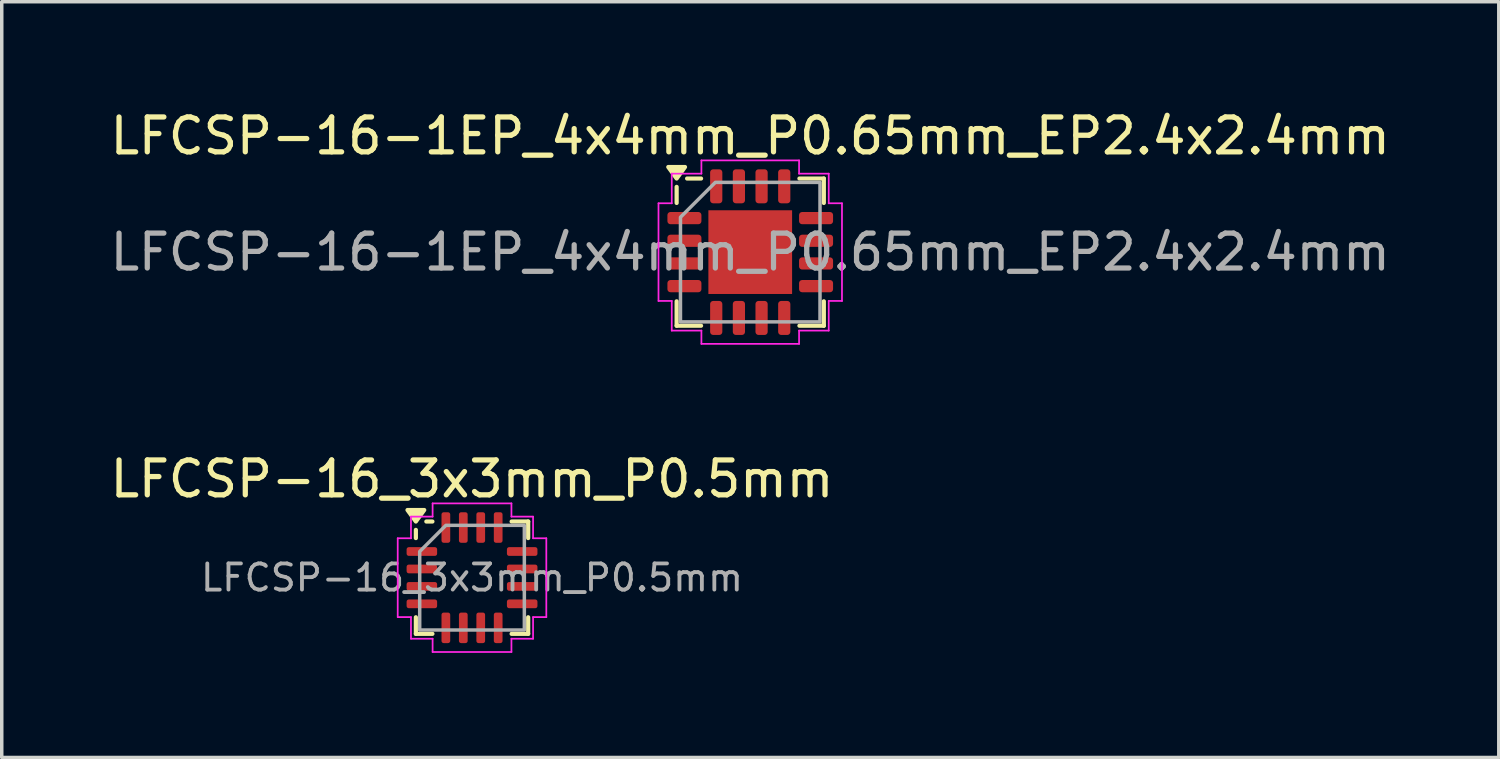
<source format=kicad_pcb>
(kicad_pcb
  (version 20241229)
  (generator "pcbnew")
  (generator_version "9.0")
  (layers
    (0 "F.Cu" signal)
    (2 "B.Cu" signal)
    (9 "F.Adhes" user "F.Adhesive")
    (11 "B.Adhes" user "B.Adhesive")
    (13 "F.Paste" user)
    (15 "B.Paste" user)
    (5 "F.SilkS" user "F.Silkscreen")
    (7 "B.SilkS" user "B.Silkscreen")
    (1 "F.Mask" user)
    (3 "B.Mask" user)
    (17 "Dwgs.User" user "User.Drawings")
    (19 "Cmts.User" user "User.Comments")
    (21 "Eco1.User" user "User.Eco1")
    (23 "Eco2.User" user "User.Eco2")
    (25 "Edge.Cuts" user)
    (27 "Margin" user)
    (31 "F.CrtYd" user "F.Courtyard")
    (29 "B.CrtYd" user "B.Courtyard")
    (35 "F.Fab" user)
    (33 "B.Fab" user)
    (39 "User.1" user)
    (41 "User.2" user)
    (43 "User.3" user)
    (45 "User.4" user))
  (footprint "LFCSP-16_3x3mm_P0.5mm"
    (layer "F.Cu")
    (at 10.482 13.511)
    (property "Reference" "LFCSP-16_3x3mm_P0.5mm" (at 0 -2.83 0) (layer "F.SilkS") (effects (font (size 1 1) (thickness 0.15))))
    (attr smd)
    (fp_line (start -1.61 -1.135) (end -1.61 -1.37) (stroke (width 0.12) (type solid)) (layer "F.SilkS"))
    (fp_line (start -1.61 1.61) (end -1.61 1.135) (stroke (width 0.12) (type solid)) (layer "F.SilkS"))
    (fp_line (start -1.135 -1.61) (end -1.31 -1.61) (stroke (width 0.12) (type solid)) (layer "F.SilkS"))
    (fp_line (start -1.135 1.61) (end -1.61 1.61) (stroke (width 0.12) (type solid)) (layer "F.SilkS"))
    (fp_line (start 1.135 -1.61) (end 1.61 -1.61) (stroke (width 0.12) (type solid)) (layer "F.SilkS"))
    (fp_line (start 1.135 1.61) (end 1.61 1.61) (stroke (width 0.12) (type solid)) (layer "F.SilkS"))
    (fp_line (start 1.61 -1.61) (end 1.61 -1.135) (stroke (width 0.12) (type solid)) (layer "F.SilkS"))
    (fp_line (start 1.61 1.61) (end 1.61 1.135) (stroke (width 0.12) (type solid)) (layer "F.SilkS"))
    (fp_poly (pts (xy -1.61 -1.61) (xy -1.85 -1.94) (xy -1.37 -1.94)) (stroke (width 0.12) (type solid)) (fill yes) (layer "F.SilkS"))
    (fp_line (start -2.13 -1.13) (end -1.75 -1.13) (stroke (width 0.05) (type solid)) (layer "F.CrtYd"))
    (fp_line (start -2.13 1.13) (end -2.13 -1.13) (stroke (width 0.05) (type solid)) (layer "F.CrtYd"))
    (fp_line (start -1.75 -1.75) (end -1.13 -1.75) (stroke (width 0.05) (type solid)) (layer "F.CrtYd"))
    (fp_line (start -1.75 -1.13) (end -1.75 -1.75) (stroke (width 0.05) (type solid)) (layer "F.CrtYd"))
    (fp_line (start -1.75 1.13) (end -2.13 1.13) (stroke (width 0.05) (type solid)) (layer "F.CrtYd"))
    (fp_line (start -1.75 1.75) (end -1.75 1.13) (stroke (width 0.05) (type solid)) (layer "F.CrtYd"))
    (fp_line (start -1.13 -2.13) (end 1.13 -2.13) (stroke (width 0.05) (type solid)) (layer "F.CrtYd"))
    (fp_line (start -1.13 -1.75) (end -1.13 -2.13) (stroke (width 0.05) (type solid)) (layer "F.CrtYd"))
    (fp_line (start -1.13 1.75) (end -1.75 1.75) (stroke (width 0.05) (type solid)) (layer "F.CrtYd"))
    (fp_line (start -1.13 2.13) (end -1.13 1.75) (stroke (width 0.05) (type solid)) (layer "F.CrtYd"))
    (fp_line (start 1.13 -2.13) (end 1.13 -1.75) (stroke (width 0.05) (type solid)) (layer "F.CrtYd"))
    (fp_line (start 1.13 -1.75) (end 1.75 -1.75) (stroke (width 0.05) (type solid)) (layer "F.CrtYd"))
    (fp_line (start 1.13 1.75) (end 1.13 2.13) (stroke (width 0.05) (type solid)) (layer "F.CrtYd"))
    (fp_line (start 1.13 2.13) (end -1.13 2.13) (stroke (width 0.05) (type solid)) (layer "F.CrtYd"))
    (fp_line (start 1.75 -1.75) (end 1.75 -1.13) (stroke (width 0.05) (type solid)) (layer "F.CrtYd"))
    (fp_line (start 1.75 -1.13) (end 2.13 -1.13) (stroke (width 0.05) (type solid)) (layer "F.CrtYd"))
    (fp_line (start 1.75 1.13) (end 1.75 1.75) (stroke (width 0.05) (type solid)) (layer "F.CrtYd"))
    (fp_line (start 1.75 1.75) (end 1.13 1.75) (stroke (width 0.05) (type solid)) (layer "F.CrtYd"))
    (fp_line (start 2.13 -1.13) (end 2.13 1.13) (stroke (width 0.05) (type solid)) (layer "F.CrtYd"))
    (fp_line (start 2.13 1.13) (end 1.75 1.13) (stroke (width 0.05) (type solid)) (layer "F.CrtYd"))
    (fp_poly (pts (xy -1.5 -0.75) (xy -1.5 1.5) (xy 1.5 1.5) (xy 1.5 -1.5) (xy -0.75 -1.5)) (stroke (width 0.1) (type solid)) (fill no) (layer "F.Fab"))
    (fp_text user "${REFERENCE}" (at 0 0 0) (layer "F.Fab") (effects (font (size 0.75 0.75) (thickness 0.11))))
    (pad "1" smd roundrect (at -1.438 -0.75) (size 0.875 0.25) (layers "F.Cu" "F.Mask" "F.Paste") (roundrect_rratio 0.25))
    (pad "2" smd roundrect (at -1.438 -0.25) (size 0.875 0.25) (layers "F.Cu" "F.Mask" "F.Paste") (roundrect_rratio 0.25))
    (pad "3" smd roundrect (at -1.438 0.25) (size 0.875 0.25) (layers "F.Cu" "F.Mask" "F.Paste") (roundrect_rratio 0.25))
    (pad "4" smd roundrect (at -1.438 0.75) (size 0.875 0.25) (layers "F.Cu" "F.Mask" "F.Paste") (roundrect_rratio 0.25))
    (pad "5" smd roundrect (at -0.75 1.438) (size 0.25 0.875) (layers "F.Cu" "F.Mask" "F.Paste") (roundrect_rratio 0.25))
    (pad "6" smd roundrect (at -0.25 1.438) (size 0.25 0.875) (layers "F.Cu" "F.Mask" "F.Paste") (roundrect_rratio 0.25))
    (pad "7" smd roundrect (at 0.25 1.438) (size 0.25 0.875) (layers "F.Cu" "F.Mask" "F.Paste") (roundrect_rratio 0.25))
    (pad "8" smd roundrect (at 0.75 1.438) (size 0.25 0.875) (layers "F.Cu" "F.Mask" "F.Paste") (roundrect_rratio 0.25))
    (pad "9" smd roundrect (at 1.438 0.75) (size 0.875 0.25) (layers "F.Cu" "F.Mask" "F.Paste") (roundrect_rratio 0.25))
    (pad "10" smd roundrect (at 1.438 0.25) (size 0.875 0.25) (layers "F.Cu" "F.Mask" "F.Paste") (roundrect_rratio 0.25))
    (pad "11" smd roundrect (at 1.438 -0.25) (size 0.875 0.25) (layers "F.Cu" "F.Mask" "F.Paste") (roundrect_rratio 0.25))
    (pad "12" smd roundrect (at 1.438 -0.75) (size 0.875 0.25) (layers "F.Cu" "F.Mask" "F.Paste") (roundrect_rratio 0.25))
    (pad "13" smd roundrect (at 0.75 -1.438) (size 0.25 0.875) (layers "F.Cu" "F.Mask" "F.Paste") (roundrect_rratio 0.25))
    (pad "14" smd roundrect (at 0.25 -1.438) (size 0.25 0.875) (layers "F.Cu" "F.Mask" "F.Paste") (roundrect_rratio 0.25))
    (pad "15" smd roundrect (at -0.25 -1.438) (size 0.25 0.875) (layers "F.Cu" "F.Mask" "F.Paste") (roundrect_rratio 0.25))
    (pad "16" smd roundrect (at -0.75 -1.438) (size 0.25 0.875) (layers "F.Cu" "F.Mask" "F.Paste") (roundrect_rratio 0.25)))
  (footprint "LFCSP-16-1EP_4x4mm_P0.65mm_EP2.4x2.4mm"
    (layer "F.Cu")
    (at 18.458 4.178)
    (property "Reference" "LFCSP-16-1EP_4x4mm_P0.65mm_EP2.4x2.4mm" (at 0 -3.33 0) (layer "F.SilkS") (effects (font (size 1 1) (thickness 0.15))))
    (attr smd)
    (fp_line (start -2.11 -1.41) (end -2.11 -1.87) (stroke (width 0.12) (type solid)) (layer "F.SilkS"))
    (fp_line (start -2.11 2.11) (end -2.11 1.41) (stroke (width 0.12) (type solid)) (layer "F.SilkS"))
    (fp_line (start -1.41 -2.11) (end -1.81 -2.11) (stroke (width 0.12) (type solid)) (layer "F.SilkS"))
    (fp_line (start -1.41 2.11) (end -2.11 2.11) (stroke (width 0.12) (type solid)) (layer "F.SilkS"))
    (fp_line (start 1.41 -2.11) (end 2.11 -2.11) (stroke (width 0.12) (type solid)) (layer "F.SilkS"))
    (fp_line (start 1.41 2.11) (end 2.11 2.11) (stroke (width 0.12) (type solid)) (layer "F.SilkS"))
    (fp_line (start 2.11 -2.11) (end 2.11 -1.41) (stroke (width 0.12) (type solid)) (layer "F.SilkS"))
    (fp_line (start 2.11 2.11) (end 2.11 1.41) (stroke (width 0.12) (type solid)) (layer "F.SilkS"))
    (fp_poly (pts (xy -2.11 -2.11) (xy -2.35 -2.44) (xy -1.87 -2.44)) (stroke (width 0.12) (type solid)) (fill yes) (layer "F.SilkS"))
    (fp_line (start -2.63 -1.4) (end -2.25 -1.4) (stroke (width 0.05) (type solid)) (layer "F.CrtYd"))
    (fp_line (start -2.63 1.4) (end -2.63 -1.4) (stroke (width 0.05) (type solid)) (layer "F.CrtYd"))
    (fp_line (start -2.25 -2.25) (end -1.4 -2.25) (stroke (width 0.05) (type solid)) (layer "F.CrtYd"))
    (fp_line (start -2.25 -1.4) (end -2.25 -2.25) (stroke (width 0.05) (type solid)) (layer "F.CrtYd"))
    (fp_line (start -2.25 1.4) (end -2.63 1.4) (stroke (width 0.05) (type solid)) (layer "F.CrtYd"))
    (fp_line (start -2.25 2.25) (end -2.25 1.4) (stroke (width 0.05) (type solid)) (layer "F.CrtYd"))
    (fp_line (start -1.4 -2.63) (end 1.4 -2.63) (stroke (width 0.05) (type solid)) (layer "F.CrtYd"))
    (fp_line (start -1.4 -2.25) (end -1.4 -2.63) (stroke (width 0.05) (type solid)) (layer "F.CrtYd"))
    (fp_line (start -1.4 2.25) (end -2.25 2.25) (stroke (width 0.05) (type solid)) (layer "F.CrtYd"))
    (fp_line (start -1.4 2.63) (end -1.4 2.25) (stroke (width 0.05) (type solid)) (layer "F.CrtYd"))
    (fp_line (start 1.4 -2.63) (end 1.4 -2.25) (stroke (width 0.05) (type solid)) (layer "F.CrtYd"))
    (fp_line (start 1.4 -2.25) (end 2.25 -2.25) (stroke (width 0.05) (type solid)) (layer "F.CrtYd"))
    (fp_line (start 1.4 2.25) (end 1.4 2.63) (stroke (width 0.05) (type solid)) (layer "F.CrtYd"))
    (fp_line (start 1.4 2.63) (end -1.4 2.63) (stroke (width 0.05) (type solid)) (layer "F.CrtYd"))
    (fp_line (start 2.25 -2.25) (end 2.25 -1.4) (stroke (width 0.05) (type solid)) (layer "F.CrtYd"))
    (fp_line (start 2.25 -1.4) (end 2.63 -1.4) (stroke (width 0.05) (type solid)) (layer "F.CrtYd"))
    (fp_line (start 2.25 1.4) (end 2.25 2.25) (stroke (width 0.05) (type solid)) (layer "F.CrtYd"))
    (fp_line (start 2.25 2.25) (end 1.4 2.25) (stroke (width 0.05) (type solid)) (layer "F.CrtYd"))
    (fp_line (start 2.63 -1.4) (end 2.63 1.4) (stroke (width 0.05) (type solid)) (layer "F.CrtYd"))
    (fp_line (start 2.63 1.4) (end 2.25 1.4) (stroke (width 0.05) (type solid)) (layer "F.CrtYd"))
    (fp_poly (pts (xy -2 -1) (xy -2 2) (xy 2 2) (xy 2 -2) (xy -1 -2)) (stroke (width 0.1) (type solid)) (fill no) (layer "F.Fab"))
    (fp_text user "${REFERENCE}" (at 0 0 0) (layer "F.Fab") (effects (font (size 1 1) (thickness 0.15))))
    (pad "" smd roundrect (at -0.6 -0.6) (size 0.97 0.97) (layers "F.Paste") (roundrect_rratio 0.25))
    (pad "" smd roundrect (at -0.6 0.6) (size 0.97 0.97) (layers "F.Paste") (roundrect_rratio 0.25))
    (pad "" smd roundrect (at 0.6 -0.6) (size 0.97 0.97) (layers "F.Paste") (roundrect_rratio 0.25))
    (pad "" smd roundrect (at 0.6 0.6) (size 0.97 0.97) (layers "F.Paste") (roundrect_rratio 0.25))
    (pad "1" smd roundrect (at -1.887 -0.975) (size 0.975 0.35) (layers "F.Cu" "F.Mask" "F.Paste") (roundrect_rratio 0.25))
    (pad "2" smd roundrect (at -1.887 -0.325) (size 0.975 0.35) (layers "F.Cu" "F.Mask" "F.Paste") (roundrect_rratio 0.25))
    (pad "3" smd roundrect (at -1.887 0.325) (size 0.975 0.35) (layers "F.Cu" "F.Mask" "F.Paste") (roundrect_rratio 0.25))
    (pad "4" smd roundrect (at -1.887 0.975) (size 0.975 0.35) (layers "F.Cu" "F.Mask" "F.Paste") (roundrect_rratio 0.25))
    (pad "5" smd roundrect (at -0.975 1.887) (size 0.35 0.975) (layers "F.Cu" "F.Mask" "F.Paste") (roundrect_rratio 0.25))
    (pad "6" smd roundrect (at -0.325 1.887) (size 0.35 0.975) (layers "F.Cu" "F.Mask" "F.Paste") (roundrect_rratio 0.25))
    (pad "7" smd roundrect (at 0.325 1.887) (size 0.35 0.975) (layers "F.Cu" "F.Mask" "F.Paste") (roundrect_rratio 0.25))
    (pad "8" smd roundrect (at 0.975 1.887) (size 0.35 0.975) (layers "F.Cu" "F.Mask" "F.Paste") (roundrect_rratio 0.25))
    (pad "9" smd roundrect (at 1.887 0.975) (size 0.975 0.35) (layers "F.Cu" "F.Mask" "F.Paste") (roundrect_rratio 0.25))
    (pad "10" smd roundrect (at 1.887 0.325) (size 0.975 0.35) (layers "F.Cu" "F.Mask" "F.Paste") (roundrect_rratio 0.25))
    (pad "11" smd roundrect (at 1.887 -0.325) (size 0.975 0.35) (layers "F.Cu" "F.Mask" "F.Paste") (roundrect_rratio 0.25))
    (pad "12" smd roundrect (at 1.887 -0.975) (size 0.975 0.35) (layers "F.Cu" "F.Mask" "F.Paste") (roundrect_rratio 0.25))
    (pad "13" smd roundrect (at 0.975 -1.887) (size 0.35 0.975) (layers "F.Cu" "F.Mask" "F.Paste") (roundrect_rratio 0.25))
    (pad "14" smd roundrect (at 0.325 -1.887) (size 0.35 0.975) (layers "F.Cu" "F.Mask" "F.Paste") (roundrect_rratio 0.25))
    (pad "15" smd roundrect (at -0.325 -1.887) (size 0.35 0.975) (layers "F.Cu" "F.Mask" "F.Paste") (roundrect_rratio 0.25))
    (pad "16" smd roundrect (at -0.975 -1.887) (size 0.35 0.975) (layers "F.Cu" "F.Mask" "F.Paste") (roundrect_rratio 0.25))
    (pad "17" smd rect (at 0 0) (size 2.4 2.4) (property pad_prop_heatsink) (layers "F.Cu" "F.Mask")))
  (gr_rect
    (start -3 -3)
    (end 39.917 18.666)
    (stroke (width 0.1) (type default))
    (fill no)
    (layer "Edge.Cuts")))
</source>
